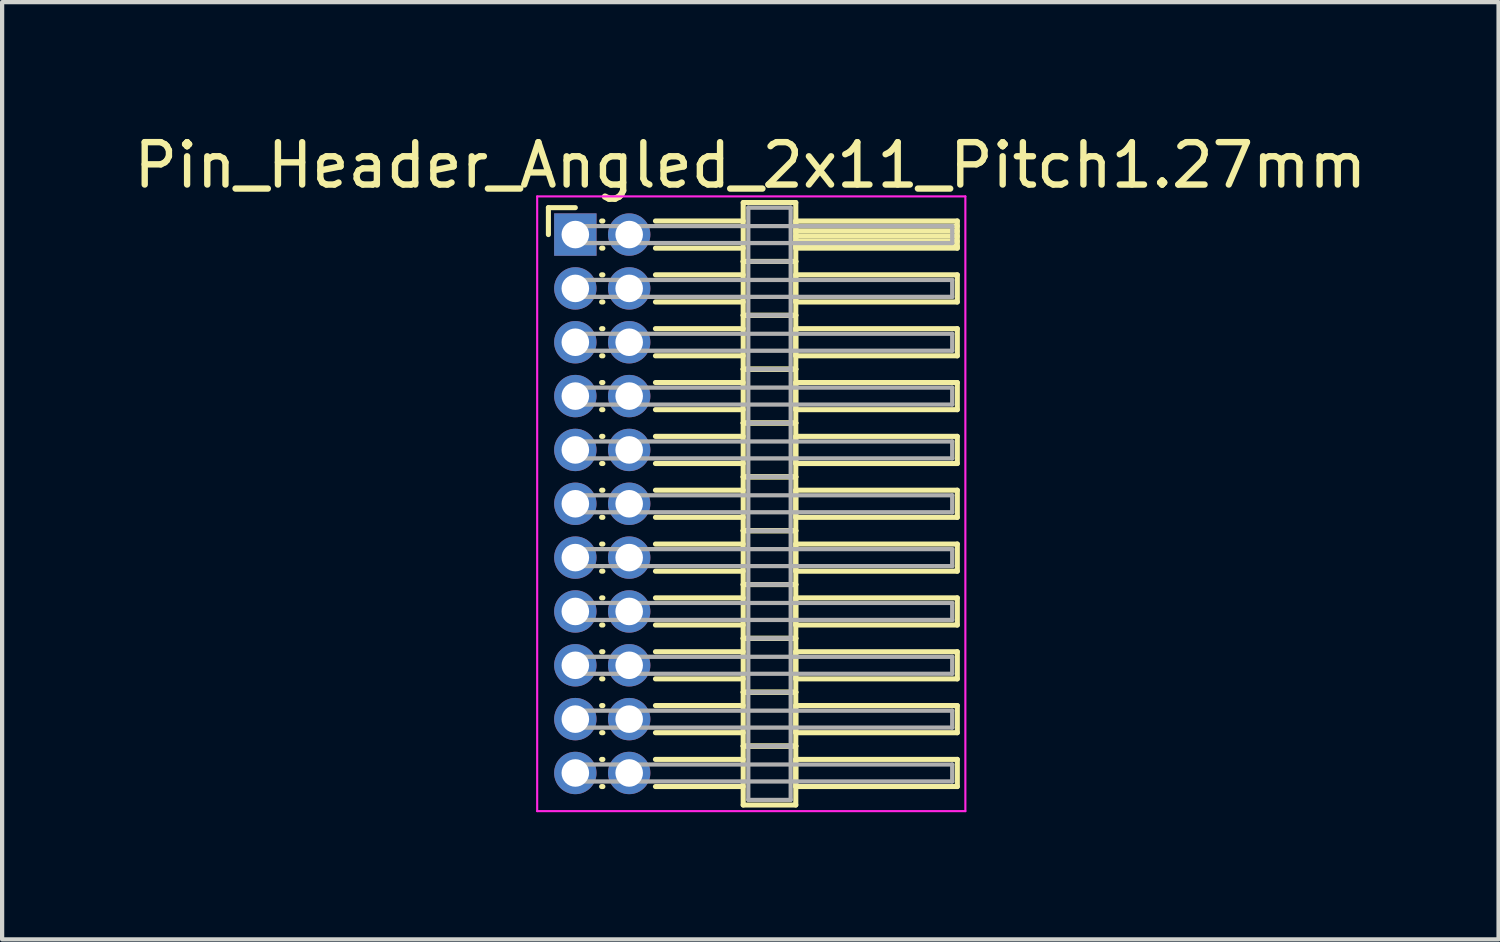
<source format=kicad_pcb>
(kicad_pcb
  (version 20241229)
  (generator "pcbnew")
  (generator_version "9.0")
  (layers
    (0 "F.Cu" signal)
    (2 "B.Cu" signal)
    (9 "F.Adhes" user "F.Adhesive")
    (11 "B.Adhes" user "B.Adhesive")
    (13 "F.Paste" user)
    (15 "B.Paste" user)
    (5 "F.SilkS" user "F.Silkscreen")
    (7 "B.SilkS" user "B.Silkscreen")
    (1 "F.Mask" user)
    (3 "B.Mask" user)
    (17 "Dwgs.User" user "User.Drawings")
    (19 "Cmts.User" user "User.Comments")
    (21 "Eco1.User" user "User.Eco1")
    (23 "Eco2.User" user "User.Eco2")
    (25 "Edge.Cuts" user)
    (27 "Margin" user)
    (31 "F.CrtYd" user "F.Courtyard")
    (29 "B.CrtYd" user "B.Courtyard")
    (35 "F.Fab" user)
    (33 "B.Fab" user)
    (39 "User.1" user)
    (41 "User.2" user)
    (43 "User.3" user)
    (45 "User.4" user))
  (footprint "Pin_Header_Angled_2x11_Pitch1.27mm"
    (layer "F.Cu")
    (at 10.521 2.483)
    (property "Reference" "Pin_Header_Angled_2x11_Pitch1.27mm" (at 4.128 -1.635 0) (layer "F.SilkS") (effects (font (size 1 1) (thickness 0.15))))
    (attr through_hole)
    (fp_line (start -0.635 -0.635) (end 0 -0.635) (stroke (width 0.12) (type solid)) (layer "F.SilkS"))
    (fp_line (start -0.635 0) (end -0.635 -0.635) (stroke (width 0.12) (type solid)) (layer "F.SilkS"))
    (fp_line (start 0.62 -0.32) (end 0.65 -0.32) (stroke (width 0.12) (type solid)) (layer "F.SilkS"))
    (fp_line (start 0.62 0.32) (end 0.65 0.32) (stroke (width 0.12) (type solid)) (layer "F.SilkS"))
    (fp_line (start 0.62 0.95) (end 0.65 0.95) (stroke (width 0.12) (type solid)) (layer "F.SilkS"))
    (fp_line (start 0.62 1.59) (end 0.65 1.59) (stroke (width 0.12) (type solid)) (layer "F.SilkS"))
    (fp_line (start 0.62 2.22) (end 0.65 2.22) (stroke (width 0.12) (type solid)) (layer "F.SilkS"))
    (fp_line (start 0.62 2.86) (end 0.65 2.86) (stroke (width 0.12) (type solid)) (layer "F.SilkS"))
    (fp_line (start 0.62 3.49) (end 0.65 3.49) (stroke (width 0.12) (type solid)) (layer "F.SilkS"))
    (fp_line (start 0.62 4.13) (end 0.65 4.13) (stroke (width 0.12) (type solid)) (layer "F.SilkS"))
    (fp_line (start 0.62 4.76) (end 0.65 4.76) (stroke (width 0.12) (type solid)) (layer "F.SilkS"))
    (fp_line (start 0.62 5.4) (end 0.65 5.4) (stroke (width 0.12) (type solid)) (layer "F.SilkS"))
    (fp_line (start 0.62 6.03) (end 0.65 6.03) (stroke (width 0.12) (type solid)) (layer "F.SilkS"))
    (fp_line (start 0.62 6.67) (end 0.65 6.67) (stroke (width 0.12) (type solid)) (layer "F.SilkS"))
    (fp_line (start 0.62 7.3) (end 0.65 7.3) (stroke (width 0.12) (type solid)) (layer "F.SilkS"))
    (fp_line (start 0.62 7.94) (end 0.65 7.94) (stroke (width 0.12) (type solid)) (layer "F.SilkS"))
    (fp_line (start 0.62 8.57) (end 0.65 8.57) (stroke (width 0.12) (type solid)) (layer "F.SilkS"))
    (fp_line (start 0.62 9.21) (end 0.65 9.21) (stroke (width 0.12) (type solid)) (layer "F.SilkS"))
    (fp_line (start 0.62 9.84) (end 0.65 9.84) (stroke (width 0.12) (type solid)) (layer "F.SilkS"))
    (fp_line (start 0.62 10.48) (end 0.65 10.48) (stroke (width 0.12) (type solid)) (layer "F.SilkS"))
    (fp_line (start 0.62 11.11) (end 0.65 11.11) (stroke (width 0.12) (type solid)) (layer "F.SilkS"))
    (fp_line (start 0.62 11.75) (end 0.65 11.75) (stroke (width 0.12) (type solid)) (layer "F.SilkS"))
    (fp_line (start 0.62 12.38) (end 0.65 12.38) (stroke (width 0.12) (type solid)) (layer "F.SilkS"))
    (fp_line (start 0.62 13.02) (end 0.65 13.02) (stroke (width 0.12) (type solid)) (layer "F.SilkS"))
    (fp_line (start 1.89 -0.32) (end 3.96 -0.32) (stroke (width 0.12) (type solid)) (layer "F.SilkS"))
    (fp_line (start 1.89 0.32) (end 3.96 0.32) (stroke (width 0.12) (type solid)) (layer "F.SilkS"))
    (fp_line (start 1.89 0.95) (end 3.96 0.95) (stroke (width 0.12) (type solid)) (layer "F.SilkS"))
    (fp_line (start 1.89 1.59) (end 3.96 1.59) (stroke (width 0.12) (type solid)) (layer "F.SilkS"))
    (fp_line (start 1.89 2.22) (end 3.96 2.22) (stroke (width 0.12) (type solid)) (layer "F.SilkS"))
    (fp_line (start 1.89 2.86) (end 3.96 2.86) (stroke (width 0.12) (type solid)) (layer "F.SilkS"))
    (fp_line (start 1.89 3.49) (end 3.96 3.49) (stroke (width 0.12) (type solid)) (layer "F.SilkS"))
    (fp_line (start 1.89 4.13) (end 3.96 4.13) (stroke (width 0.12) (type solid)) (layer "F.SilkS"))
    (fp_line (start 1.89 4.76) (end 3.96 4.76) (stroke (width 0.12) (type solid)) (layer "F.SilkS"))
    (fp_line (start 1.89 5.4) (end 3.96 5.4) (stroke (width 0.12) (type solid)) (layer "F.SilkS"))
    (fp_line (start 1.89 6.03) (end 3.96 6.03) (stroke (width 0.12) (type solid)) (layer "F.SilkS"))
    (fp_line (start 1.89 6.67) (end 3.96 6.67) (stroke (width 0.12) (type solid)) (layer "F.SilkS"))
    (fp_line (start 1.89 7.3) (end 3.96 7.3) (stroke (width 0.12) (type solid)) (layer "F.SilkS"))
    (fp_line (start 1.89 7.94) (end 3.96 7.94) (stroke (width 0.12) (type solid)) (layer "F.SilkS"))
    (fp_line (start 1.89 8.57) (end 3.96 8.57) (stroke (width 0.12) (type solid)) (layer "F.SilkS"))
    (fp_line (start 1.89 9.21) (end 3.96 9.21) (stroke (width 0.12) (type solid)) (layer "F.SilkS"))
    (fp_line (start 1.89 9.84) (end 3.96 9.84) (stroke (width 0.12) (type solid)) (layer "F.SilkS"))
    (fp_line (start 1.89 10.48) (end 3.96 10.48) (stroke (width 0.12) (type solid)) (layer "F.SilkS"))
    (fp_line (start 1.89 11.11) (end 3.96 11.11) (stroke (width 0.12) (type solid)) (layer "F.SilkS"))
    (fp_line (start 1.89 11.75) (end 3.96 11.75) (stroke (width 0.12) (type solid)) (layer "F.SilkS"))
    (fp_line (start 1.89 12.38) (end 3.96 12.38) (stroke (width 0.12) (type solid)) (layer "F.SilkS"))
    (fp_line (start 1.89 13.02) (end 3.96 13.02) (stroke (width 0.12) (type solid)) (layer "F.SilkS"))
    (fp_line (start 3.96 -0.755) (end 3.96 0.635) (stroke (width 0.12) (type solid)) (layer "F.SilkS"))
    (fp_line (start 3.96 0.635) (end 3.96 1.905) (stroke (width 0.12) (type solid)) (layer "F.SilkS"))
    (fp_line (start 3.96 0.635) (end 5.2 0.635) (stroke (width 0.12) (type solid)) (layer "F.SilkS"))
    (fp_line (start 3.96 1.905) (end 3.96 3.175) (stroke (width 0.12) (type solid)) (layer "F.SilkS"))
    (fp_line (start 3.96 1.905) (end 5.2 1.905) (stroke (width 0.12) (type solid)) (layer "F.SilkS"))
    (fp_line (start 3.96 3.175) (end 3.96 4.445) (stroke (width 0.12) (type solid)) (layer "F.SilkS"))
    (fp_line (start 3.96 3.175) (end 5.2 3.175) (stroke (width 0.12) (type solid)) (layer "F.SilkS"))
    (fp_line (start 3.96 4.445) (end 3.96 5.715) (stroke (width 0.12) (type solid)) (layer "F.SilkS"))
    (fp_line (start 3.96 4.445) (end 5.2 4.445) (stroke (width 0.12) (type solid)) (layer "F.SilkS"))
    (fp_line (start 3.96 5.715) (end 3.96 6.985) (stroke (width 0.12) (type solid)) (layer "F.SilkS"))
    (fp_line (start 3.96 5.715) (end 5.2 5.715) (stroke (width 0.12) (type solid)) (layer "F.SilkS"))
    (fp_line (start 3.96 6.985) (end 3.96 8.255) (stroke (width 0.12) (type solid)) (layer "F.SilkS"))
    (fp_line (start 3.96 6.985) (end 5.2 6.985) (stroke (width 0.12) (type solid)) (layer "F.SilkS"))
    (fp_line (start 3.96 8.255) (end 3.96 9.525) (stroke (width 0.12) (type solid)) (layer "F.SilkS"))
    (fp_line (start 3.96 8.255) (end 5.2 8.255) (stroke (width 0.12) (type solid)) (layer "F.SilkS"))
    (fp_line (start 3.96 9.525) (end 3.96 10.795) (stroke (width 0.12) (type solid)) (layer "F.SilkS"))
    (fp_line (start 3.96 9.525) (end 5.2 9.525) (stroke (width 0.12) (type solid)) (layer "F.SilkS"))
    (fp_line (start 3.96 10.795) (end 3.96 12.065) (stroke (width 0.12) (type solid)) (layer "F.SilkS"))
    (fp_line (start 3.96 10.795) (end 5.2 10.795) (stroke (width 0.12) (type solid)) (layer "F.SilkS"))
    (fp_line (start 3.96 12.065) (end 3.96 13.455) (stroke (width 0.12) (type solid)) (layer "F.SilkS"))
    (fp_line (start 3.96 12.065) (end 5.2 12.065) (stroke (width 0.12) (type solid)) (layer "F.SilkS"))
    (fp_line (start 3.96 13.455) (end 5.2 13.455) (stroke (width 0.12) (type solid)) (layer "F.SilkS"))
    (fp_line (start 5.2 -0.755) (end 3.96 -0.755) (stroke (width 0.12) (type solid)) (layer "F.SilkS"))
    (fp_line (start 5.2 -0.32) (end 5.2 0.32) (stroke (width 0.12) (type solid)) (layer "F.SilkS"))
    (fp_line (start 5.2 -0.2) (end 9.01 -0.2) (stroke (width 0.12) (type solid)) (layer "F.SilkS"))
    (fp_line (start 5.2 -0.08) (end 9.01 -0.08) (stroke (width 0.12) (type solid)) (layer "F.SilkS"))
    (fp_line (start 5.2 0.04) (end 9.01 0.04) (stroke (width 0.12) (type solid)) (layer "F.SilkS"))
    (fp_line (start 5.2 0.16) (end 9.01 0.16) (stroke (width 0.12) (type solid)) (layer "F.SilkS"))
    (fp_line (start 5.2 0.28) (end 9.01 0.28) (stroke (width 0.12) (type solid)) (layer "F.SilkS"))
    (fp_line (start 5.2 0.32) (end 9.01 0.32) (stroke (width 0.12) (type solid)) (layer "F.SilkS"))
    (fp_line (start 5.2 0.635) (end 3.96 0.635) (stroke (width 0.12) (type solid)) (layer "F.SilkS"))
    (fp_line (start 5.2 0.635) (end 5.2 -0.755) (stroke (width 0.12) (type solid)) (layer "F.SilkS"))
    (fp_line (start 5.2 0.95) (end 5.2 1.59) (stroke (width 0.12) (type solid)) (layer "F.SilkS"))
    (fp_line (start 5.2 1.59) (end 9.01 1.59) (stroke (width 0.12) (type solid)) (layer "F.SilkS"))
    (fp_line (start 5.2 1.905) (end 3.96 1.905) (stroke (width 0.12) (type solid)) (layer "F.SilkS"))
    (fp_line (start 5.2 1.905) (end 5.2 0.635) (stroke (width 0.12) (type solid)) (layer "F.SilkS"))
    (fp_line (start 5.2 2.22) (end 5.2 2.86) (stroke (width 0.12) (type solid)) (layer "F.SilkS"))
    (fp_line (start 5.2 2.86) (end 9.01 2.86) (stroke (width 0.12) (type solid)) (layer "F.SilkS"))
    (fp_line (start 5.2 3.175) (end 3.96 3.175) (stroke (width 0.12) (type solid)) (layer "F.SilkS"))
    (fp_line (start 5.2 3.175) (end 5.2 1.905) (stroke (width 0.12) (type solid)) (layer "F.SilkS"))
    (fp_line (start 5.2 3.49) (end 5.2 4.13) (stroke (width 0.12) (type solid)) (layer "F.SilkS"))
    (fp_line (start 5.2 4.13) (end 9.01 4.13) (stroke (width 0.12) (type solid)) (layer "F.SilkS"))
    (fp_line (start 5.2 4.445) (end 3.96 4.445) (stroke (width 0.12) (type solid)) (layer "F.SilkS"))
    (fp_line (start 5.2 4.445) (end 5.2 3.175) (stroke (width 0.12) (type solid)) (layer "F.SilkS"))
    (fp_line (start 5.2 4.76) (end 5.2 5.4) (stroke (width 0.12) (type solid)) (layer "F.SilkS"))
    (fp_line (start 5.2 5.4) (end 9.01 5.4) (stroke (width 0.12) (type solid)) (layer "F.SilkS"))
    (fp_line (start 5.2 5.715) (end 3.96 5.715) (stroke (width 0.12) (type solid)) (layer "F.SilkS"))
    (fp_line (start 5.2 5.715) (end 5.2 4.445) (stroke (width 0.12) (type solid)) (layer "F.SilkS"))
    (fp_line (start 5.2 6.03) (end 5.2 6.67) (stroke (width 0.12) (type solid)) (layer "F.SilkS"))
    (fp_line (start 5.2 6.67) (end 9.01 6.67) (stroke (width 0.12) (type solid)) (layer "F.SilkS"))
    (fp_line (start 5.2 6.985) (end 3.96 6.985) (stroke (width 0.12) (type solid)) (layer "F.SilkS"))
    (fp_line (start 5.2 6.985) (end 5.2 5.715) (stroke (width 0.12) (type solid)) (layer "F.SilkS"))
    (fp_line (start 5.2 7.3) (end 5.2 7.94) (stroke (width 0.12) (type solid)) (layer "F.SilkS"))
    (fp_line (start 5.2 7.94) (end 9.01 7.94) (stroke (width 0.12) (type solid)) (layer "F.SilkS"))
    (fp_line (start 5.2 8.255) (end 3.96 8.255) (stroke (width 0.12) (type solid)) (layer "F.SilkS"))
    (fp_line (start 5.2 8.255) (end 5.2 6.985) (stroke (width 0.12) (type solid)) (layer "F.SilkS"))
    (fp_line (start 5.2 8.57) (end 5.2 9.21) (stroke (width 0.12) (type solid)) (layer "F.SilkS"))
    (fp_line (start 5.2 9.21) (end 9.01 9.21) (stroke (width 0.12) (type solid)) (layer "F.SilkS"))
    (fp_line (start 5.2 9.525) (end 3.96 9.525) (stroke (width 0.12) (type solid)) (layer "F.SilkS"))
    (fp_line (start 5.2 9.525) (end 5.2 8.255) (stroke (width 0.12) (type solid)) (layer "F.SilkS"))
    (fp_line (start 5.2 9.84) (end 5.2 10.48) (stroke (width 0.12) (type solid)) (layer "F.SilkS"))
    (fp_line (start 5.2 10.48) (end 9.01 10.48) (stroke (width 0.12) (type solid)) (layer "F.SilkS"))
    (fp_line (start 5.2 10.795) (end 3.96 10.795) (stroke (width 0.12) (type solid)) (layer "F.SilkS"))
    (fp_line (start 5.2 10.795) (end 5.2 9.525) (stroke (width 0.12) (type solid)) (layer "F.SilkS"))
    (fp_line (start 5.2 11.11) (end 5.2 11.75) (stroke (width 0.12) (type solid)) (layer "F.SilkS"))
    (fp_line (start 5.2 11.75) (end 9.01 11.75) (stroke (width 0.12) (type solid)) (layer "F.SilkS"))
    (fp_line (start 5.2 12.065) (end 3.96 12.065) (stroke (width 0.12) (type solid)) (layer "F.SilkS"))
    (fp_line (start 5.2 12.065) (end 5.2 10.795) (stroke (width 0.12) (type solid)) (layer "F.SilkS"))
    (fp_line (start 5.2 12.38) (end 5.2 13.02) (stroke (width 0.12) (type solid)) (layer "F.SilkS"))
    (fp_line (start 5.2 13.02) (end 9.01 13.02) (stroke (width 0.12) (type solid)) (layer "F.SilkS"))
    (fp_line (start 5.2 13.455) (end 5.2 12.065) (stroke (width 0.12) (type solid)) (layer "F.SilkS"))
    (fp_line (start 9.01 -0.32) (end 5.2 -0.32) (stroke (width 0.12) (type solid)) (layer "F.SilkS"))
    (fp_line (start 9.01 0.32) (end 9.01 -0.32) (stroke (width 0.12) (type solid)) (layer "F.SilkS"))
    (fp_line (start 9.01 0.95) (end 5.2 0.95) (stroke (width 0.12) (type solid)) (layer "F.SilkS"))
    (fp_line (start 9.01 1.59) (end 9.01 0.95) (stroke (width 0.12) (type solid)) (layer "F.SilkS"))
    (fp_line (start 9.01 2.22) (end 5.2 2.22) (stroke (width 0.12) (type solid)) (layer "F.SilkS"))
    (fp_line (start 9.01 2.86) (end 9.01 2.22) (stroke (width 0.12) (type solid)) (layer "F.SilkS"))
    (fp_line (start 9.01 3.49) (end 5.2 3.49) (stroke (width 0.12) (type solid)) (layer "F.SilkS"))
    (fp_line (start 9.01 4.13) (end 9.01 3.49) (stroke (width 0.12) (type solid)) (layer "F.SilkS"))
    (fp_line (start 9.01 4.76) (end 5.2 4.76) (stroke (width 0.12) (type solid)) (layer "F.SilkS"))
    (fp_line (start 9.01 5.4) (end 9.01 4.76) (stroke (width 0.12) (type solid)) (layer "F.SilkS"))
    (fp_line (start 9.01 6.03) (end 5.2 6.03) (stroke (width 0.12) (type solid)) (layer "F.SilkS"))
    (fp_line (start 9.01 6.67) (end 9.01 6.03) (stroke (width 0.12) (type solid)) (layer "F.SilkS"))
    (fp_line (start 9.01 7.3) (end 5.2 7.3) (stroke (width 0.12) (type solid)) (layer "F.SilkS"))
    (fp_line (start 9.01 7.94) (end 9.01 7.3) (stroke (width 0.12) (type solid)) (layer "F.SilkS"))
    (fp_line (start 9.01 8.57) (end 5.2 8.57) (stroke (width 0.12) (type solid)) (layer "F.SilkS"))
    (fp_line (start 9.01 9.21) (end 9.01 8.57) (stroke (width 0.12) (type solid)) (layer "F.SilkS"))
    (fp_line (start 9.01 9.84) (end 5.2 9.84) (stroke (width 0.12) (type solid)) (layer "F.SilkS"))
    (fp_line (start 9.01 10.48) (end 9.01 9.84) (stroke (width 0.12) (type solid)) (layer "F.SilkS"))
    (fp_line (start 9.01 11.11) (end 5.2 11.11) (stroke (width 0.12) (type solid)) (layer "F.SilkS"))
    (fp_line (start 9.01 11.75) (end 9.01 11.11) (stroke (width 0.12) (type solid)) (layer "F.SilkS"))
    (fp_line (start 9.01 12.38) (end 5.2 12.38) (stroke (width 0.12) (type solid)) (layer "F.SilkS"))
    (fp_line (start 9.01 13.02) (end 9.01 12.38) (stroke (width 0.12) (type solid)) (layer "F.SilkS"))
    (fp_line (start -0.9 -0.9) (end -0.9 13.6) (stroke (width 0.05) (type solid)) (layer "F.CrtYd"))
    (fp_line (start -0.9 13.6) (end 9.2 13.6) (stroke (width 0.05) (type solid)) (layer "F.CrtYd"))
    (fp_line (start 9.2 -0.9) (end -0.9 -0.9) (stroke (width 0.05) (type solid)) (layer "F.CrtYd"))
    (fp_line (start 9.2 13.6) (end 9.2 -0.9) (stroke (width 0.05) (type solid)) (layer "F.CrtYd"))
    (fp_line (start 0 -0.2) (end 0 0.2) (stroke (width 0.1) (type solid)) (layer "F.Fab"))
    (fp_line (start 0 0.2) (end 8.89 0.2) (stroke (width 0.1) (type solid)) (layer "F.Fab"))
    (fp_line (start 0 1.07) (end 0 1.47) (stroke (width 0.1) (type solid)) (layer "F.Fab"))
    (fp_line (start 0 1.47) (end 8.89 1.47) (stroke (width 0.1) (type solid)) (layer "F.Fab"))
    (fp_line (start 0 2.34) (end 0 2.74) (stroke (width 0.1) (type solid)) (layer "F.Fab"))
    (fp_line (start 0 2.74) (end 8.89 2.74) (stroke (width 0.1) (type solid)) (layer "F.Fab"))
    (fp_line (start 0 3.61) (end 0 4.01) (stroke (width 0.1) (type solid)) (layer "F.Fab"))
    (fp_line (start 0 4.01) (end 8.89 4.01) (stroke (width 0.1) (type solid)) (layer "F.Fab"))
    (fp_line (start 0 4.88) (end 0 5.28) (stroke (width 0.1) (type solid)) (layer "F.Fab"))
    (fp_line (start 0 5.28) (end 8.89 5.28) (stroke (width 0.1) (type solid)) (layer "F.Fab"))
    (fp_line (start 0 6.15) (end 0 6.55) (stroke (width 0.1) (type solid)) (layer "F.Fab"))
    (fp_line (start 0 6.55) (end 8.89 6.55) (stroke (width 0.1) (type solid)) (layer "F.Fab"))
    (fp_line (start 0 7.42) (end 0 7.82) (stroke (width 0.1) (type solid)) (layer "F.Fab"))
    (fp_line (start 0 7.82) (end 8.89 7.82) (stroke (width 0.1) (type solid)) (layer "F.Fab"))
    (fp_line (start 0 8.69) (end 0 9.09) (stroke (width 0.1) (type solid)) (layer "F.Fab"))
    (fp_line (start 0 9.09) (end 8.89 9.09) (stroke (width 0.1) (type solid)) (layer "F.Fab"))
    (fp_line (start 0 9.96) (end 0 10.36) (stroke (width 0.1) (type solid)) (layer "F.Fab"))
    (fp_line (start 0 10.36) (end 8.89 10.36) (stroke (width 0.1) (type solid)) (layer "F.Fab"))
    (fp_line (start 0 11.23) (end 0 11.63) (stroke (width 0.1) (type solid)) (layer "F.Fab"))
    (fp_line (start 0 11.63) (end 8.89 11.63) (stroke (width 0.1) (type solid)) (layer "F.Fab"))
    (fp_line (start 0 12.5) (end 0 12.9) (stroke (width 0.1) (type solid)) (layer "F.Fab"))
    (fp_line (start 0 12.9) (end 8.89 12.9) (stroke (width 0.1) (type solid)) (layer "F.Fab"))
    (fp_line (start 4.08 -0.635) (end 4.08 0.635) (stroke (width 0.1) (type solid)) (layer "F.Fab"))
    (fp_line (start 4.08 0.635) (end 4.08 1.905) (stroke (width 0.1) (type solid)) (layer "F.Fab"))
    (fp_line (start 4.08 0.635) (end 5.08 0.635) (stroke (width 0.1) (type solid)) (layer "F.Fab"))
    (fp_line (start 4.08 1.905) (end 4.08 3.175) (stroke (width 0.1) (type solid)) (layer "F.Fab"))
    (fp_line (start 4.08 1.905) (end 5.08 1.905) (stroke (width 0.1) (type solid)) (layer "F.Fab"))
    (fp_line (start 4.08 3.175) (end 4.08 4.445) (stroke (width 0.1) (type solid)) (layer "F.Fab"))
    (fp_line (start 4.08 3.175) (end 5.08 3.175) (stroke (width 0.1) (type solid)) (layer "F.Fab"))
    (fp_line (start 4.08 4.445) (end 4.08 5.715) (stroke (width 0.1) (type solid)) (layer "F.Fab"))
    (fp_line (start 4.08 4.445) (end 5.08 4.445) (stroke (width 0.1) (type solid)) (layer "F.Fab"))
    (fp_line (start 4.08 5.715) (end 4.08 6.985) (stroke (width 0.1) (type solid)) (layer "F.Fab"))
    (fp_line (start 4.08 5.715) (end 5.08 5.715) (stroke (width 0.1) (type solid)) (layer "F.Fab"))
    (fp_line (start 4.08 6.985) (end 4.08 8.255) (stroke (width 0.1) (type solid)) (layer "F.Fab"))
    (fp_line (start 4.08 6.985) (end 5.08 6.985) (stroke (width 0.1) (type solid)) (layer "F.Fab"))
    (fp_line (start 4.08 8.255) (end 4.08 9.525) (stroke (width 0.1) (type solid)) (layer "F.Fab"))
    (fp_line (start 4.08 8.255) (end 5.08 8.255) (stroke (width 0.1) (type solid)) (layer "F.Fab"))
    (fp_line (start 4.08 9.525) (end 4.08 10.795) (stroke (width 0.1) (type solid)) (layer "F.Fab"))
    (fp_line (start 4.08 9.525) (end 5.08 9.525) (stroke (width 0.1) (type solid)) (layer "F.Fab"))
    (fp_line (start 4.08 10.795) (end 4.08 12.065) (stroke (width 0.1) (type solid)) (layer "F.Fab"))
    (fp_line (start 4.08 10.795) (end 5.08 10.795) (stroke (width 0.1) (type solid)) (layer "F.Fab"))
    (fp_line (start 4.08 12.065) (end 4.08 13.335) (stroke (width 0.1) (type solid)) (layer "F.Fab"))
    (fp_line (start 4.08 12.065) (end 5.08 12.065) (stroke (width 0.1) (type solid)) (layer "F.Fab"))
    (fp_line (start 4.08 13.335) (end 5.08 13.335) (stroke (width 0.1) (type solid)) (layer "F.Fab"))
    (fp_line (start 5.08 -0.635) (end 4.08 -0.635) (stroke (width 0.1) (type solid)) (layer "F.Fab"))
    (fp_line (start 5.08 0.635) (end 4.08 0.635) (stroke (width 0.1) (type solid)) (layer "F.Fab"))
    (fp_line (start 5.08 0.635) (end 5.08 -0.635) (stroke (width 0.1) (type solid)) (layer "F.Fab"))
    (fp_line (start 5.08 1.905) (end 4.08 1.905) (stroke (width 0.1) (type solid)) (layer "F.Fab"))
    (fp_line (start 5.08 1.905) (end 5.08 0.635) (stroke (width 0.1) (type solid)) (layer "F.Fab"))
    (fp_line (start 5.08 3.175) (end 4.08 3.175) (stroke (width 0.1) (type solid)) (layer "F.Fab"))
    (fp_line (start 5.08 3.175) (end 5.08 1.905) (stroke (width 0.1) (type solid)) (layer "F.Fab"))
    (fp_line (start 5.08 4.445) (end 4.08 4.445) (stroke (width 0.1) (type solid)) (layer "F.Fab"))
    (fp_line (start 5.08 4.445) (end 5.08 3.175) (stroke (width 0.1) (type solid)) (layer "F.Fab"))
    (fp_line (start 5.08 5.715) (end 4.08 5.715) (stroke (width 0.1) (type solid)) (layer "F.Fab"))
    (fp_line (start 5.08 5.715) (end 5.08 4.445) (stroke (width 0.1) (type solid)) (layer "F.Fab"))
    (fp_line (start 5.08 6.985) (end 4.08 6.985) (stroke (width 0.1) (type solid)) (layer "F.Fab"))
    (fp_line (start 5.08 6.985) (end 5.08 5.715) (stroke (width 0.1) (type solid)) (layer "F.Fab"))
    (fp_line (start 5.08 8.255) (end 4.08 8.255) (stroke (width 0.1) (type solid)) (layer "F.Fab"))
    (fp_line (start 5.08 8.255) (end 5.08 6.985) (stroke (width 0.1) (type solid)) (layer "F.Fab"))
    (fp_line (start 5.08 9.525) (end 4.08 9.525) (stroke (width 0.1) (type solid)) (layer "F.Fab"))
    (fp_line (start 5.08 9.525) (end 5.08 8.255) (stroke (width 0.1) (type solid)) (layer "F.Fab"))
    (fp_line (start 5.08 10.795) (end 4.08 10.795) (stroke (width 0.1) (type solid)) (layer "F.Fab"))
    (fp_line (start 5.08 10.795) (end 5.08 9.525) (stroke (width 0.1) (type solid)) (layer "F.Fab"))
    (fp_line (start 5.08 12.065) (end 4.08 12.065) (stroke (width 0.1) (type solid)) (layer "F.Fab"))
    (fp_line (start 5.08 12.065) (end 5.08 10.795) (stroke (width 0.1) (type solid)) (layer "F.Fab"))
    (fp_line (start 5.08 13.335) (end 5.08 12.065) (stroke (width 0.1) (type solid)) (layer "F.Fab"))
    (fp_line (start 8.89 -0.2) (end 0 -0.2) (stroke (width 0.1) (type solid)) (layer "F.Fab"))
    (fp_line (start 8.89 0.2) (end 8.89 -0.2) (stroke (width 0.1) (type solid)) (layer "F.Fab"))
    (fp_line (start 8.89 1.07) (end 0 1.07) (stroke (width 0.1) (type solid)) (layer "F.Fab"))
    (fp_line (start 8.89 1.47) (end 8.89 1.07) (stroke (width 0.1) (type solid)) (layer "F.Fab"))
    (fp_line (start 8.89 2.34) (end 0 2.34) (stroke (width 0.1) (type solid)) (layer "F.Fab"))
    (fp_line (start 8.89 2.74) (end 8.89 2.34) (stroke (width 0.1) (type solid)) (layer "F.Fab"))
    (fp_line (start 8.89 3.61) (end 0 3.61) (stroke (width 0.1) (type solid)) (layer "F.Fab"))
    (fp_line (start 8.89 4.01) (end 8.89 3.61) (stroke (width 0.1) (type solid)) (layer "F.Fab"))
    (fp_line (start 8.89 4.88) (end 0 4.88) (stroke (width 0.1) (type solid)) (layer "F.Fab"))
    (fp_line (start 8.89 5.28) (end 8.89 4.88) (stroke (width 0.1) (type solid)) (layer "F.Fab"))
    (fp_line (start 8.89 6.15) (end 0 6.15) (stroke (width 0.1) (type solid)) (layer "F.Fab"))
    (fp_line (start 8.89 6.55) (end 8.89 6.15) (stroke (width 0.1) (type solid)) (layer "F.Fab"))
    (fp_line (start 8.89 7.42) (end 0 7.42) (stroke (width 0.1) (type solid)) (layer "F.Fab"))
    (fp_line (start 8.89 7.82) (end 8.89 7.42) (stroke (width 0.1) (type solid)) (layer "F.Fab"))
    (fp_line (start 8.89 8.69) (end 0 8.69) (stroke (width 0.1) (type solid)) (layer "F.Fab"))
    (fp_line (start 8.89 9.09) (end 8.89 8.69) (stroke (width 0.1) (type solid)) (layer "F.Fab"))
    (fp_line (start 8.89 9.96) (end 0 9.96) (stroke (width 0.1) (type solid)) (layer "F.Fab"))
    (fp_line (start 8.89 10.36) (end 8.89 9.96) (stroke (width 0.1) (type solid)) (layer "F.Fab"))
    (fp_line (start 8.89 11.23) (end 0 11.23) (stroke (width 0.1) (type solid)) (layer "F.Fab"))
    (fp_line (start 8.89 11.63) (end 8.89 11.23) (stroke (width 0.1) (type solid)) (layer "F.Fab"))
    (fp_line (start 8.89 12.5) (end 0 12.5) (stroke (width 0.1) (type solid)) (layer "F.Fab"))
    (fp_line (start 8.89 12.9) (end 8.89 12.5) (stroke (width 0.1) (type solid)) (layer "F.Fab"))
    (pad "1" thru_hole rect (at 0 0) (size 1 1) (drill 0.65) (layers "*.Cu" "*.Mask"))
    (pad "2" thru_hole oval (at 1.27 0) (size 1 1) (drill 0.65) (layers "*.Cu" "*.Mask"))
    (pad "3" thru_hole oval (at 0 1.27) (size 1 1) (drill 0.65) (layers "*.Cu" "*.Mask"))
    (pad "4" thru_hole oval (at 1.27 1.27) (size 1 1) (drill 0.65) (layers "*.Cu" "*.Mask"))
    (pad "5" thru_hole oval (at 0 2.54) (size 1 1) (drill 0.65) (layers "*.Cu" "*.Mask"))
    (pad "6" thru_hole oval (at 1.27 2.54) (size 1 1) (drill 0.65) (layers "*.Cu" "*.Mask"))
    (pad "7" thru_hole oval (at 0 3.81) (size 1 1) (drill 0.65) (layers "*.Cu" "*.Mask"))
    (pad "8" thru_hole oval (at 1.27 3.81) (size 1 1) (drill 0.65) (layers "*.Cu" "*.Mask"))
    (pad "9" thru_hole oval (at 0 5.08) (size 1 1) (drill 0.65) (layers "*.Cu" "*.Mask"))
    (pad "10" thru_hole oval (at 1.27 5.08) (size 1 1) (drill 0.65) (layers "*.Cu" "*.Mask"))
    (pad "11" thru_hole oval (at 0 6.35) (size 1 1) (drill 0.65) (layers "*.Cu" "*.Mask"))
    (pad "12" thru_hole oval (at 1.27 6.35) (size 1 1) (drill 0.65) (layers "*.Cu" "*.Mask"))
    (pad "13" thru_hole oval (at 0 7.62) (size 1 1) (drill 0.65) (layers "*.Cu" "*.Mask"))
    (pad "14" thru_hole oval (at 1.27 7.62) (size 1 1) (drill 0.65) (layers "*.Cu" "*.Mask"))
    (pad "15" thru_hole oval (at 0 8.89) (size 1 1) (drill 0.65) (layers "*.Cu" "*.Mask"))
    (pad "16" thru_hole oval (at 1.27 8.89) (size 1 1) (drill 0.65) (layers "*.Cu" "*.Mask"))
    (pad "17" thru_hole oval (at 0 10.16) (size 1 1) (drill 0.65) (layers "*.Cu" "*.Mask"))
    (pad "18" thru_hole oval (at 1.27 10.16) (size 1 1) (drill 0.65) (layers "*.Cu" "*.Mask"))
    (pad "19" thru_hole oval (at 0 11.43) (size 1 1) (drill 0.65) (layers "*.Cu" "*.Mask"))
    (pad "20" thru_hole oval (at 1.27 11.43) (size 1 1) (drill 0.65) (layers "*.Cu" "*.Mask"))
    (pad "21" thru_hole oval (at 0 12.7) (size 1 1) (drill 0.65) (layers "*.Cu" "*.Mask"))
    (pad "22" thru_hole oval (at 1.27 12.7) (size 1 1) (drill 0.65) (layers "*.Cu" "*.Mask")))
  (gr_rect
    (start -3 -3)
    (end 32.298 19.108)
    (stroke (width 0.1) (type default))
    (fill no)
    (layer "Edge.Cuts")))
</source>
